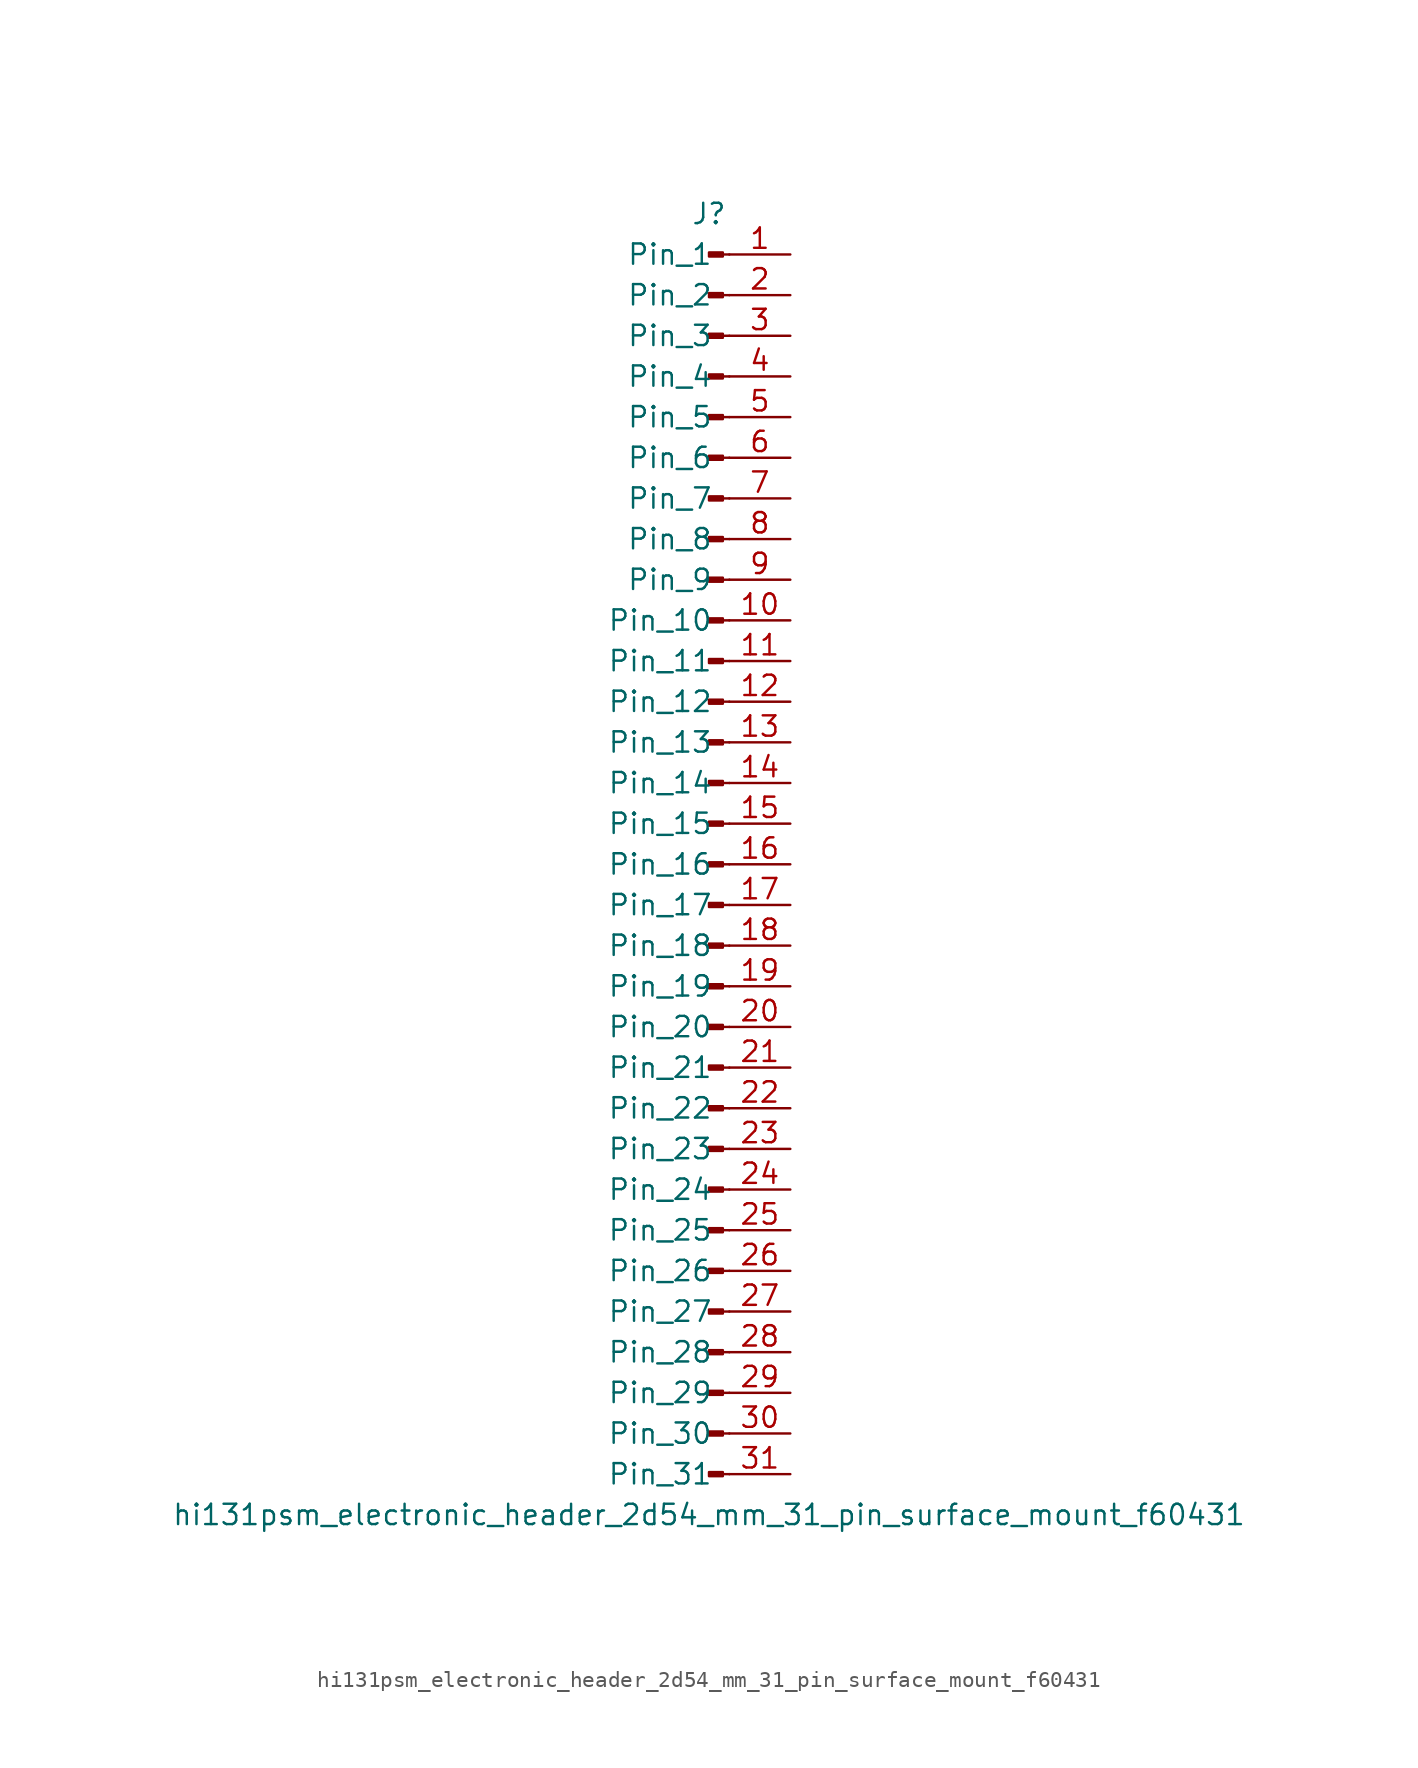
<source format=kicad_sym>
(kicad_symbol_lib
  (version 20220914)
  (generator kicad_symbol_editor)
  (symbol "hi131psm_electronic_header_2d54_mm_31_pin_surface_mount_f60431"
    (pin_names
      (offset 1.016))
    (property "Reference" "J"
      (at 0 40.64 0)
      (effects (font (size 1.27 1.27))))
    (property "Value" "hi131psm_electronic_header_2d54_mm_31_pin_surface_mount_f60431"
      (at 0 -40.64 0)
      (effects (font (size 1.27 1.27))))
    (property "ki_locked" ""
      (at 0 0 0)
      (effects (font (size 1.27 1.27))))
    (symbol "hi131psm_electronic_header_2d54_mm_31_pin_surface_mount_f60431_1_1"
      (polyline (pts (xy 1.27 -38.1) (xy 0.864 -38.1)) (stroke (width 0.152) (type default)) (fill (type none)))
      (polyline (pts (xy 1.27 -35.56) (xy 0.864 -35.56)) (stroke (width 0.152) (type default)) (fill (type none)))
      (polyline (pts (xy 1.27 -33.02) (xy 0.864 -33.02)) (stroke (width 0.152) (type default)) (fill (type none)))
      (polyline (pts (xy 1.27 -30.48) (xy 0.864 -30.48)) (stroke (width 0.152) (type default)) (fill (type none)))
      (polyline (pts (xy 1.27 -27.94) (xy 0.864 -27.94)) (stroke (width 0.152) (type default)) (fill (type none)))
      (polyline (pts (xy 1.27 -25.4) (xy 0.864 -25.4)) (stroke (width 0.152) (type default)) (fill (type none)))
      (polyline (pts (xy 1.27 -22.86) (xy 0.864 -22.86)) (stroke (width 0.152) (type default)) (fill (type none)))
      (polyline (pts (xy 1.27 -20.32) (xy 0.864 -20.32)) (stroke (width 0.152) (type default)) (fill (type none)))
      (polyline (pts (xy 1.27 -17.78) (xy 0.864 -17.78)) (stroke (width 0.152) (type default)) (fill (type none)))
      (polyline (pts (xy 1.27 -15.24) (xy 0.864 -15.24)) (stroke (width 0.152) (type default)) (fill (type none)))
      (polyline (pts (xy 1.27 -12.7) (xy 0.864 -12.7)) (stroke (width 0.152) (type default)) (fill (type none)))
      (polyline (pts (xy 1.27 -10.16) (xy 0.864 -10.16)) (stroke (width 0.152) (type default)) (fill (type none)))
      (polyline (pts (xy 1.27 -7.62) (xy 0.864 -7.62)) (stroke (width 0.152) (type default)) (fill (type none)))
      (polyline (pts (xy 1.27 -5.08) (xy 0.864 -5.08)) (stroke (width 0.152) (type default)) (fill (type none)))
      (polyline (pts (xy 1.27 -2.54) (xy 0.864 -2.54)) (stroke (width 0.152) (type default)) (fill (type none)))
      (polyline (pts (xy 1.27 0) (xy 0.864 0)) (stroke (width 0.152) (type default)) (fill (type none)))
      (polyline (pts (xy 1.27 2.54) (xy 0.864 2.54)) (stroke (width 0.152) (type default)) (fill (type none)))
      (polyline (pts (xy 1.27 5.08) (xy 0.864 5.08)) (stroke (width 0.152) (type default)) (fill (type none)))
      (polyline (pts (xy 1.27 7.62) (xy 0.864 7.62)) (stroke (width 0.152) (type default)) (fill (type none)))
      (polyline (pts (xy 1.27 10.16) (xy 0.864 10.16)) (stroke (width 0.152) (type default)) (fill (type none)))
      (polyline (pts (xy 1.27 12.7) (xy 0.864 12.7)) (stroke (width 0.152) (type default)) (fill (type none)))
      (polyline (pts (xy 1.27 15.24) (xy 0.864 15.24)) (stroke (width 0.152) (type default)) (fill (type none)))
      (polyline (pts (xy 1.27 17.78) (xy 0.864 17.78)) (stroke (width 0.152) (type default)) (fill (type none)))
      (polyline (pts (xy 1.27 20.32) (xy 0.864 20.32)) (stroke (width 0.152) (type default)) (fill (type none)))
      (polyline (pts (xy 1.27 22.86) (xy 0.864 22.86)) (stroke (width 0.152) (type default)) (fill (type none)))
      (polyline (pts (xy 1.27 25.4) (xy 0.864 25.4)) (stroke (width 0.152) (type default)) (fill (type none)))
      (polyline (pts (xy 1.27 27.94) (xy 0.864 27.94)) (stroke (width 0.152) (type default)) (fill (type none)))
      (polyline (pts (xy 1.27 30.48) (xy 0.864 30.48)) (stroke (width 0.152) (type default)) (fill (type none)))
      (polyline (pts (xy 1.27 33.02) (xy 0.864 33.02)) (stroke (width 0.152) (type default)) (fill (type none)))
      (polyline (pts (xy 1.27 35.56) (xy 0.864 35.56)) (stroke (width 0.152) (type default)) (fill (type none)))
      (polyline (pts (xy 1.27 38.1) (xy 0.864 38.1)) (stroke (width 0.152) (type default)) (fill (type none)))
      (rectangle (start 0.864 -37.973) (end 0 -38.227) (stroke (width 0.152) (type default)) (fill (type outline)))
      (rectangle (start 0.864 -35.433) (end 0 -35.687) (stroke (width 0.152) (type default)) (fill (type outline)))
      (rectangle (start 0.864 -32.893) (end 0 -33.147) (stroke (width 0.152) (type default)) (fill (type outline)))
      (rectangle (start 0.864 -30.353) (end 0 -30.607) (stroke (width 0.152) (type default)) (fill (type outline)))
      (rectangle (start 0.864 -27.813) (end 0 -28.067) (stroke (width 0.152) (type default)) (fill (type outline)))
      (rectangle (start 0.864 -25.273) (end 0 -25.527) (stroke (width 0.152) (type default)) (fill (type outline)))
      (rectangle (start 0.864 -22.733) (end 0 -22.987) (stroke (width 0.152) (type default)) (fill (type outline)))
      (rectangle (start 0.864 -20.193) (end 0 -20.447) (stroke (width 0.152) (type default)) (fill (type outline)))
      (rectangle (start 0.864 -17.653) (end 0 -17.907) (stroke (width 0.152) (type default)) (fill (type outline)))
      (rectangle (start 0.864 -15.113) (end 0 -15.367) (stroke (width 0.152) (type default)) (fill (type outline)))
      (rectangle (start 0.864 -12.573) (end 0 -12.827) (stroke (width 0.152) (type default)) (fill (type outline)))
      (rectangle (start 0.864 -10.033) (end 0 -10.287) (stroke (width 0.152) (type default)) (fill (type outline)))
      (rectangle (start 0.864 -7.493) (end 0 -7.747) (stroke (width 0.152) (type default)) (fill (type outline)))
      (rectangle (start 0.864 -4.953) (end 0 -5.207) (stroke (width 0.152) (type default)) (fill (type outline)))
      (rectangle (start 0.864 -2.413) (end 0 -2.667) (stroke (width 0.152) (type default)) (fill (type outline)))
      (rectangle (start 0.864 0.127) (end 0 -0.127) (stroke (width 0.152) (type default)) (fill (type outline)))
      (rectangle (start 0.864 2.667) (end 0 2.413) (stroke (width 0.152) (type default)) (fill (type outline)))
      (rectangle (start 0.864 5.207) (end 0 4.953) (stroke (width 0.152) (type default)) (fill (type outline)))
      (rectangle (start 0.864 7.747) (end 0 7.493) (stroke (width 0.152) (type default)) (fill (type outline)))
      (rectangle (start 0.864 10.287) (end 0 10.033) (stroke (width 0.152) (type default)) (fill (type outline)))
      (rectangle (start 0.864 12.827) (end 0 12.573) (stroke (width 0.152) (type default)) (fill (type outline)))
      (rectangle (start 0.864 15.367) (end 0 15.113) (stroke (width 0.152) (type default)) (fill (type outline)))
      (rectangle (start 0.864 17.907) (end 0 17.653) (stroke (width 0.152) (type default)) (fill (type outline)))
      (rectangle (start 0.864 20.447) (end 0 20.193) (stroke (width 0.152) (type default)) (fill (type outline)))
      (rectangle (start 0.864 22.987) (end 0 22.733) (stroke (width 0.152) (type default)) (fill (type outline)))
      (rectangle (start 0.864 25.527) (end 0 25.273) (stroke (width 0.152) (type default)) (fill (type outline)))
      (rectangle (start 0.864 28.067) (end 0 27.813) (stroke (width 0.152) (type default)) (fill (type outline)))
      (rectangle (start 0.864 30.607) (end 0 30.353) (stroke (width 0.152) (type default)) (fill (type outline)))
      (rectangle (start 0.864 33.147) (end 0 32.893) (stroke (width 0.152) (type default)) (fill (type outline)))
      (rectangle (start 0.864 35.687) (end 0 35.433) (stroke (width 0.152) (type default)) (fill (type outline)))
      (rectangle (start 0.864 38.227) (end 0 37.973) (stroke (width 0.152) (type default)) (fill (type outline)))
      (pin passive line (at 5.08 38.1 180) (length 3.81) (name "Pin_1" (effects (font (size 1.27 1.27)))) (number "1" (effects (font (size 1.27 1.27)))))
      (pin passive line (at 5.08 15.24 180) (length 3.81) (name "Pin_10" (effects (font (size 1.27 1.27)))) (number "10" (effects (font (size 1.27 1.27)))))
      (pin passive line (at 5.08 12.7 180) (length 3.81) (name "Pin_11" (effects (font (size 1.27 1.27)))) (number "11" (effects (font (size 1.27 1.27)))))
      (pin passive line (at 5.08 10.16 180) (length 3.81) (name "Pin_12" (effects (font (size 1.27 1.27)))) (number "12" (effects (font (size 1.27 1.27)))))
      (pin passive line (at 5.08 7.62 180) (length 3.81) (name "Pin_13" (effects (font (size 1.27 1.27)))) (number "13" (effects (font (size 1.27 1.27)))))
      (pin passive line (at 5.08 5.08 180) (length 3.81) (name "Pin_14" (effects (font (size 1.27 1.27)))) (number "14" (effects (font (size 1.27 1.27)))))
      (pin passive line (at 5.08 2.54 180) (length 3.81) (name "Pin_15" (effects (font (size 1.27 1.27)))) (number "15" (effects (font (size 1.27 1.27)))))
      (pin passive line (at 5.08 0 180) (length 3.81) (name "Pin_16" (effects (font (size 1.27 1.27)))) (number "16" (effects (font (size 1.27 1.27)))))
      (pin passive line (at 5.08 -2.54 180) (length 3.81) (name "Pin_17" (effects (font (size 1.27 1.27)))) (number "17" (effects (font (size 1.27 1.27)))))
      (pin passive line (at 5.08 -5.08 180) (length 3.81) (name "Pin_18" (effects (font (size 1.27 1.27)))) (number "18" (effects (font (size 1.27 1.27)))))
      (pin passive line (at 5.08 -7.62 180) (length 3.81) (name "Pin_19" (effects (font (size 1.27 1.27)))) (number "19" (effects (font (size 1.27 1.27)))))
      (pin passive line (at 5.08 35.56 180) (length 3.81) (name "Pin_2" (effects (font (size 1.27 1.27)))) (number "2" (effects (font (size 1.27 1.27)))))
      (pin passive line (at 5.08 -10.16 180) (length 3.81) (name "Pin_20" (effects (font (size 1.27 1.27)))) (number "20" (effects (font (size 1.27 1.27)))))
      (pin passive line (at 5.08 -12.7 180) (length 3.81) (name "Pin_21" (effects (font (size 1.27 1.27)))) (number "21" (effects (font (size 1.27 1.27)))))
      (pin passive line (at 5.08 -15.24 180) (length 3.81) (name "Pin_22" (effects (font (size 1.27 1.27)))) (number "22" (effects (font (size 1.27 1.27)))))
      (pin passive line (at 5.08 -17.78 180) (length 3.81) (name "Pin_23" (effects (font (size 1.27 1.27)))) (number "23" (effects (font (size 1.27 1.27)))))
      (pin passive line (at 5.08 -20.32 180) (length 3.81) (name "Pin_24" (effects (font (size 1.27 1.27)))) (number "24" (effects (font (size 1.27 1.27)))))
      (pin passive line (at 5.08 -22.86 180) (length 3.81) (name "Pin_25" (effects (font (size 1.27 1.27)))) (number "25" (effects (font (size 1.27 1.27)))))
      (pin passive line (at 5.08 -25.4 180) (length 3.81) (name "Pin_26" (effects (font (size 1.27 1.27)))) (number "26" (effects (font (size 1.27 1.27)))))
      (pin passive line (at 5.08 -27.94 180) (length 3.81) (name "Pin_27" (effects (font (size 1.27 1.27)))) (number "27" (effects (font (size 1.27 1.27)))))
      (pin passive line (at 5.08 -30.48 180) (length 3.81) (name "Pin_28" (effects (font (size 1.27 1.27)))) (number "28" (effects (font (size 1.27 1.27)))))
      (pin passive line (at 5.08 -33.02 180) (length 3.81) (name "Pin_29" (effects (font (size 1.27 1.27)))) (number "29" (effects (font (size 1.27 1.27)))))
      (pin passive line (at 5.08 33.02 180) (length 3.81) (name "Pin_3" (effects (font (size 1.27 1.27)))) (number "3" (effects (font (size 1.27 1.27)))))
      (pin passive line (at 5.08 -35.56 180) (length 3.81) (name "Pin_30" (effects (font (size 1.27 1.27)))) (number "30" (effects (font (size 1.27 1.27)))))
      (pin passive line (at 5.08 -38.1 180) (length 3.81) (name "Pin_31" (effects (font (size 1.27 1.27)))) (number "31" (effects (font (size 1.27 1.27)))))
      (pin passive line (at 5.08 30.48 180) (length 3.81) (name "Pin_4" (effects (font (size 1.27 1.27)))) (number "4" (effects (font (size 1.27 1.27)))))
      (pin passive line (at 5.08 27.94 180) (length 3.81) (name "Pin_5" (effects (font (size 1.27 1.27)))) (number "5" (effects (font (size 1.27 1.27)))))
      (pin passive line (at 5.08 25.4 180) (length 3.81) (name "Pin_6" (effects (font (size 1.27 1.27)))) (number "6" (effects (font (size 1.27 1.27)))))
      (pin passive line (at 5.08 22.86 180) (length 3.81) (name "Pin_7" (effects (font (size 1.27 1.27)))) (number "7" (effects (font (size 1.27 1.27)))))
      (pin passive line (at 5.08 20.32 180) (length 3.81) (name "Pin_8" (effects (font (size 1.27 1.27)))) (number "8" (effects (font (size 1.27 1.27)))))
      (pin passive line (at 5.08 17.78 180) (length 3.81) (name "Pin_9" (effects (font (size 1.27 1.27)))) (number "9" (effects (font (size 1.27 1.27))))))))
</source>
